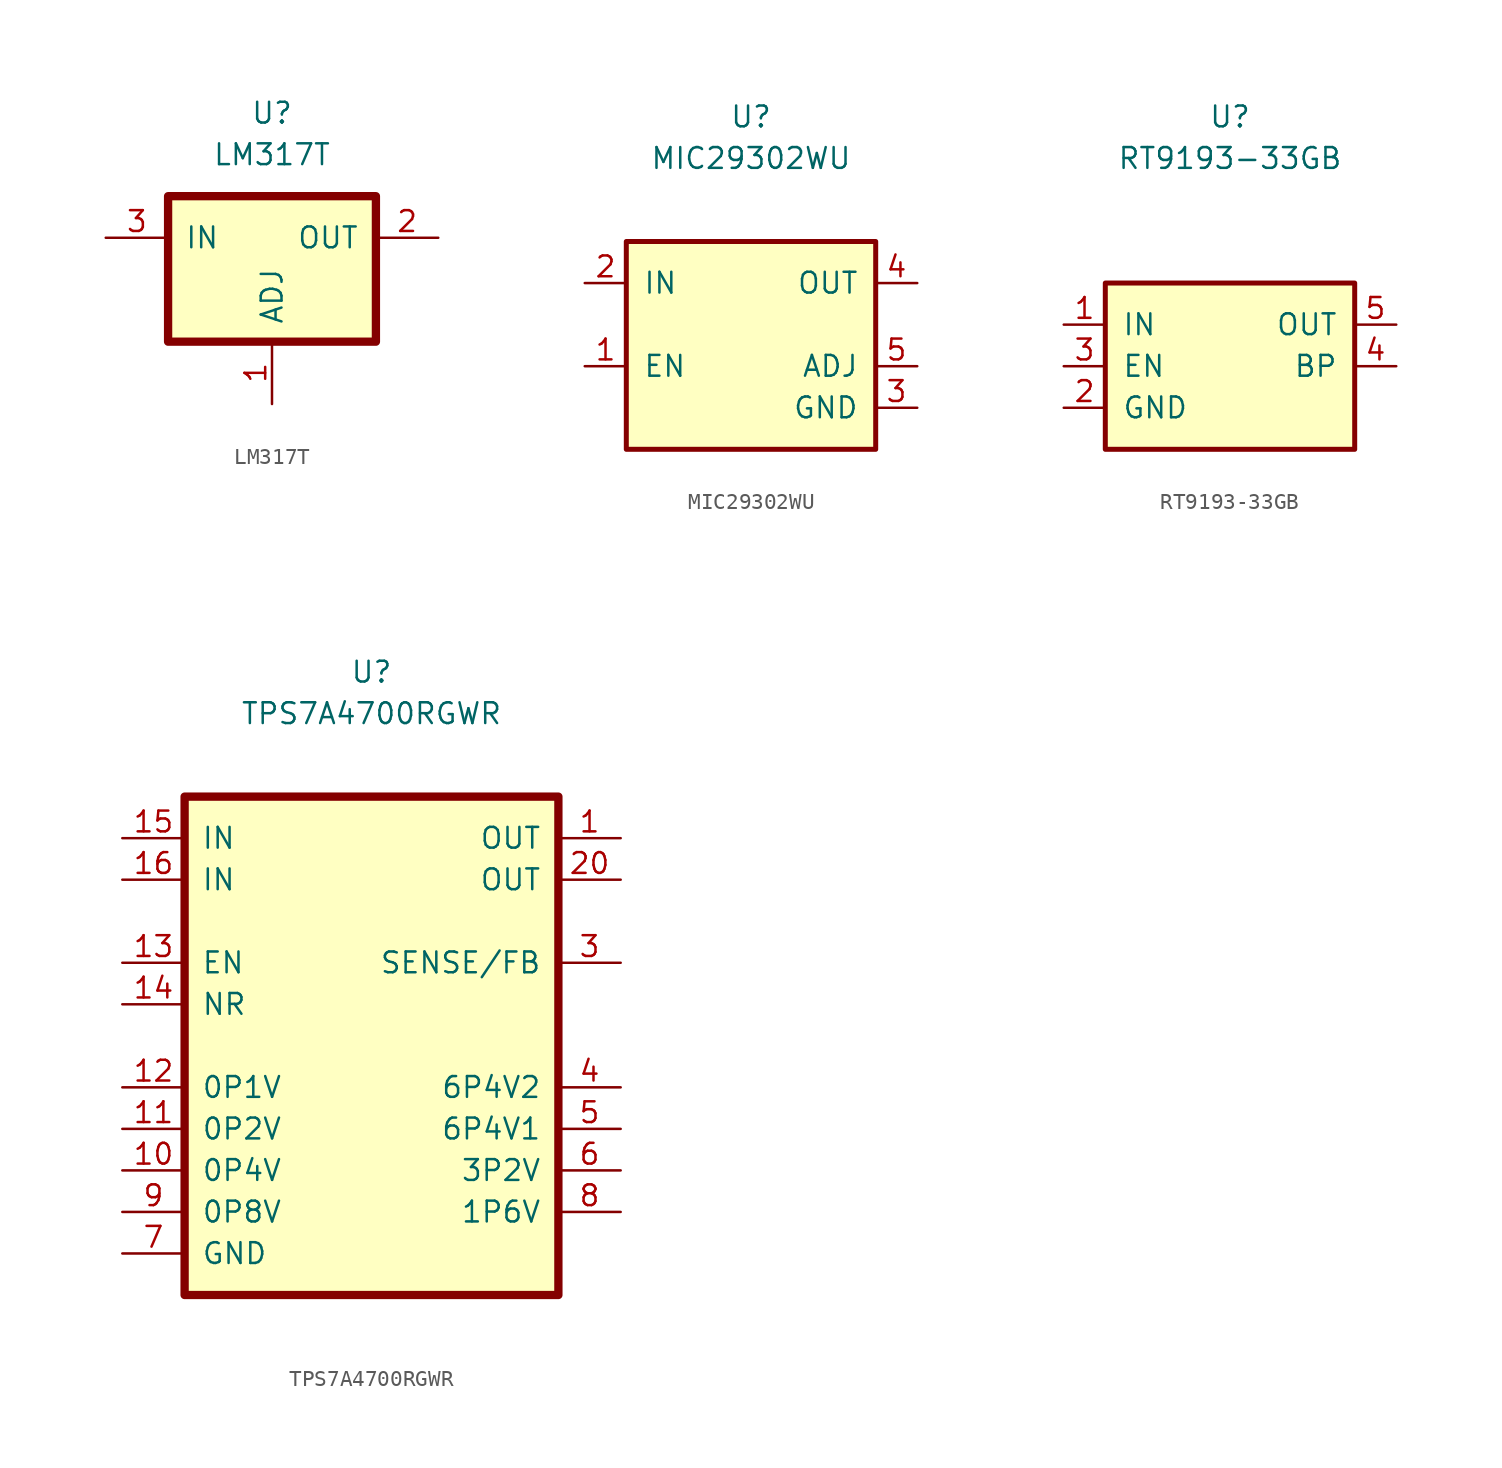
<source format=kicad_sym>
(kicad_symbol_lib
  (version 20211014)
  (generator kicad_symbol_editor)
  (symbol "LM317T"
    (pin_names
      (offset 1.016))
    (property "Reference" "U"
      (at 0 7.62 0)
      (effects (font (size 1.27 1.27))))
    (property "Value" "LM317T"
      (at 0 5.08 0)
      (effects (font (size 1.27 1.27))))
    (symbol "LM317T_0_1"
      (rectangle (start -6.35 2.54) (end 6.35 -6.35) (stroke (width 0.508) (type default) (color 0 0 0 0)) (fill (type background))))
    (symbol "LM317T_1_1"
      (pin input line (at 0 -10.16 90) (length 3.81) (name "ADJ" (effects (font (size 1.27 1.27)))) (number "1" (effects (font (size 1.27 1.27)))))
      (pin power_out line (at 10.16 0 180) (length 3.81) (name "OUT" (effects (font (size 1.27 1.27)))) (number "2" (effects (font (size 1.27 1.27)))))
      (pin power_in line (at -10.16 0 0) (length 3.81) (name "IN" (effects (font (size 1.27 1.27)))) (number "3" (effects (font (size 1.27 1.27)))))))
  (symbol "MIC29302WU"
    (pin_names
      (offset 1.016))
    (property "Reference" "U"
      (at 0 12.7 0)
      (effects (font (size 1.27 1.27))))
    (property "Value" "MIC29302WU"
      (at 0 10.16 0)
      (effects (font (size 1.27 1.27))))
    (symbol "MIC29302WU_0_1"
      (rectangle (start -7.62 5.08) (end 7.62 -7.62) (stroke (width 0.305) (type default) (color 0 0 0 0)) (fill (type background))))
    (symbol "MIC29302WU_1_1"
      (pin input line (at -10.16 -2.54 0) (length 2.54) (name "EN" (effects (font (size 1.27 1.27)))) (number "1" (effects (font (size 1.27 1.27)))))
      (pin power_in line (at -10.16 2.54 0) (length 2.54) (name "IN" (effects (font (size 1.27 1.27)))) (number "2" (effects (font (size 1.27 1.27)))))
      (pin power_in line (at 10.16 -5.08 180) (length 2.54) (name "GND" (effects (font (size 1.27 1.27)))) (number "3" (effects (font (size 1.27 1.27)))))
      (pin power_out line (at 10.16 2.54 180) (length 2.54) (name "OUT" (effects (font (size 1.27 1.27)))) (number "4" (effects (font (size 1.27 1.27)))))
      (pin input line (at 10.16 -2.54 180) (length 2.54) (name "ADJ" (effects (font (size 1.27 1.27)))) (number "5" (effects (font (size 1.27 1.27)))))
      (pin power_in line (at 10.16 -5.08 180) (length 2.54) hide (name "TAB" (effects (font (size 1.27 1.27)))) (number "6" (effects (font (size 1.27 1.27)))))))
  (symbol "RT9193-33GB"
    (pin_names
      (offset 1.016))
    (property "Reference" "U"
      (at 0 15.24 0)
      (effects (font (size 1.27 1.27))))
    (property "Value" "RT9193-33GB"
      (at 0 12.7 0)
      (effects (font (size 1.27 1.27))))
    (symbol "RT9193-33GB_0_1"
      (rectangle (start -7.62 5.08) (end 7.62 -5.08) (stroke (width 0.305) (type default) (color 0 0 0 0)) (fill (type background))))
    (symbol "RT9193-33GB_1_1"
      (pin power_in line (at -10.16 2.54 0) (length 2.54) (name "IN" (effects (font (size 1.27 1.27)))) (number "1" (effects (font (size 1.27 1.27)))))
      (pin power_in line (at -10.16 -2.54 0) (length 2.54) (name "GND" (effects (font (size 1.27 1.27)))) (number "2" (effects (font (size 1.27 1.27)))))
      (pin input line (at -10.16 0 0) (length 2.54) (name "EN" (effects (font (size 1.27 1.27)))) (number "3" (effects (font (size 1.27 1.27)))))
      (pin input line (at 10.16 0 180) (length 2.54) (name "BP" (effects (font (size 1.27 1.27)))) (number "4" (effects (font (size 1.27 1.27)))))
      (pin power_out line (at 10.16 2.54 180) (length 2.54) (name "OUT" (effects (font (size 1.27 1.27)))) (number "5" (effects (font (size 1.27 1.27)))))))
  (symbol "TPS7A4700RGWR"
    (pin_names
      (offset 1.016))
    (property "Reference" "U"
      (at 0 22.86 0)
      (effects (font (size 1.27 1.27))))
    (property "Value" "TPS7A4700RGWR"
      (at 0 20.32 0)
      (effects (font (size 1.27 1.27))))
    (symbol "TPS7A4700RGWR_0_1"
      (rectangle (start -11.43 15.24) (end 11.43 -15.24) (stroke (width 0.508) (type default) (color 0 0 0 0)) (fill (type background))))
    (symbol "TPS7A4700RGWR_1_1"
      (pin power_out line (at 15.24 12.7 180) (length 3.81) (name "OUT" (effects (font (size 1.27 1.27)))) (number "1" (effects (font (size 1.27 1.27)))))
      (pin input line (at -15.24 -7.62 0) (length 3.81) (name "0P4V" (effects (font (size 1.27 1.27)))) (number "10" (effects (font (size 1.27 1.27)))))
      (pin input line (at -15.24 -5.08 0) (length 3.81) (name "0P2V" (effects (font (size 1.27 1.27)))) (number "11" (effects (font (size 1.27 1.27)))))
      (pin input line (at -15.24 -2.54 0) (length 3.81) (name "0P1V" (effects (font (size 1.27 1.27)))) (number "12" (effects (font (size 1.27 1.27)))))
      (pin input line (at -15.24 5.08 0) (length 3.81) (name "EN" (effects (font (size 1.27 1.27)))) (number "13" (effects (font (size 1.27 1.27)))))
      (pin input line (at -15.24 2.54 0) (length 3.81) (name "NR" (effects (font (size 1.27 1.27)))) (number "14" (effects (font (size 1.27 1.27)))))
      (pin power_in line (at -15.24 12.7 0) (length 3.81) (name "IN" (effects (font (size 1.27 1.27)))) (number "15" (effects (font (size 1.27 1.27)))))
      (pin power_in line (at -15.24 10.16 0) (length 3.81) (name "IN" (effects (font (size 1.27 1.27)))) (number "16" (effects (font (size 1.27 1.27)))))
      (pin no_connect line (at 2.54 -15.24 90) (length 3.81) hide (name "NC" (effects (font (size 1.27 1.27)))) (number "17" (effects (font (size 1.27 1.27)))))
      (pin no_connect line (at 0 -15.24 90) (length 3.81) hide (name "NC" (effects (font (size 1.27 1.27)))) (number "18" (effects (font (size 1.27 1.27)))))
      (pin no_connect line (at -2.54 -15.24 90) (length 3.81) hide (name "NC" (effects (font (size 1.27 1.27)))) (number "19" (effects (font (size 1.27 1.27)))))
      (pin no_connect line (at 5.08 -15.24 90) (length 3.81) hide (name "NC" (effects (font (size 1.27 1.27)))) (number "2" (effects (font (size 1.27 1.27)))))
      (pin power_out line (at 15.24 10.16 180) (length 3.81) (name "OUT" (effects (font (size 1.27 1.27)))) (number "20" (effects (font (size 1.27 1.27)))))
      (pin input line (at 15.24 5.08 180) (length 3.81) (name "SENSE/FB" (effects (font (size 1.27 1.27)))) (number "3" (effects (font (size 1.27 1.27)))))
      (pin input line (at 15.24 -2.54 180) (length 3.81) (name "6P4V2" (effects (font (size 1.27 1.27)))) (number "4" (effects (font (size 1.27 1.27)))))
      (pin input line (at 15.24 -5.08 180) (length 3.81) (name "6P4V1" (effects (font (size 1.27 1.27)))) (number "5" (effects (font (size 1.27 1.27)))))
      (pin input line (at 15.24 -7.62 180) (length 3.81) (name "3P2V" (effects (font (size 1.27 1.27)))) (number "6" (effects (font (size 1.27 1.27)))))
      (pin power_in line (at -15.24 -12.7 0) (length 3.81) (name "GND" (effects (font (size 1.27 1.27)))) (number "7" (effects (font (size 1.27 1.27)))))
      (pin input line (at 15.24 -10.16 180) (length 3.81) (name "1P6V" (effects (font (size 1.27 1.27)))) (number "8" (effects (font (size 1.27 1.27)))))
      (pin input line (at -15.24 -10.16 0) (length 3.81) (name "0P8V" (effects (font (size 1.27 1.27)))) (number "9" (effects (font (size 1.27 1.27))))))))
</source>
